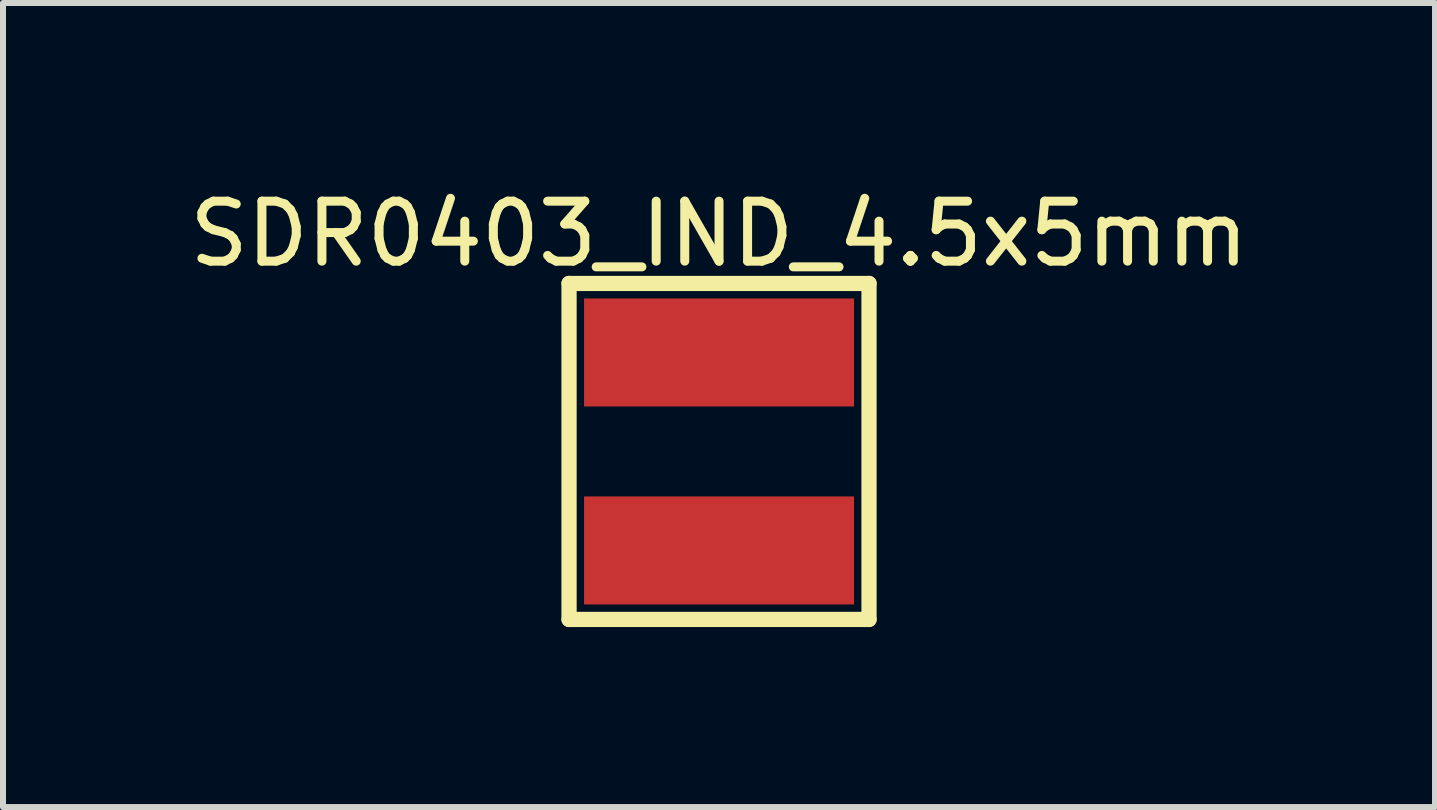
<source format=kicad_pcb>
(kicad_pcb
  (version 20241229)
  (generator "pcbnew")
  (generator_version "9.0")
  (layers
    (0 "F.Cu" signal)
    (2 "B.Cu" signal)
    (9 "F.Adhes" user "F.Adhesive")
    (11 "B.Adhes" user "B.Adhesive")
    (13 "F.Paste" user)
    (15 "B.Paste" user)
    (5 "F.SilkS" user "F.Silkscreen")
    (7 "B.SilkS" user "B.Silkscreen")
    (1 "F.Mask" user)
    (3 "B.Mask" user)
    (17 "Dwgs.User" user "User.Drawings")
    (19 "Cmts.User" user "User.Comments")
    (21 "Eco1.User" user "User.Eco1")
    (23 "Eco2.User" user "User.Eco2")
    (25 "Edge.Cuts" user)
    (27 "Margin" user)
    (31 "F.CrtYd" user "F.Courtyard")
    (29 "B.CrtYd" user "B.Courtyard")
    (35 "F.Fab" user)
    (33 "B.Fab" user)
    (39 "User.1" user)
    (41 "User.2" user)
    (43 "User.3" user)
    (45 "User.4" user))
  (footprint "SDR0403_IND_4.5x5mm"
    (layer "F.Cu")
    (at 8.935 4.475)
    (property "Reference" "SDR0403_IND_4.5x5mm" (at 0 -3.627 0) (layer "F.SilkS") (effects (font (size 1 1) (thickness 0.15))))
    (fp_line (start -2.5 -2.8) (end 2.5 -2.8) (stroke (width 0.254) (type solid)) (layer "F.SilkS"))
    (fp_line (start -2.5 2.8) (end -2.5 -2.8) (stroke (width 0.254) (type solid)) (layer "F.SilkS"))
    (fp_line (start -2.5 2.8) (end 2.5 2.8) (stroke (width 0.254) (type solid)) (layer "F.SilkS"))
    (fp_line (start 2.5 2.8) (end 2.5 -2.8) (stroke (width 0.254) (type solid)) (layer "F.SilkS"))
    (pad "1" smd rect (at 0 -1.65) (size 4.5 1.8) (layers "F.Cu" "F.Mask" "F.Paste"))
    (pad "2" smd rect (at 0 1.65) (size 4.5 1.8) (layers "F.Cu" "F.Mask" "F.Paste")))
  (gr_rect
    (start -3 -3)
    (end 20.869 10.402)
    (stroke (width 0.1) (type default))
    (fill no)
    (layer "Edge.Cuts")))
</source>
